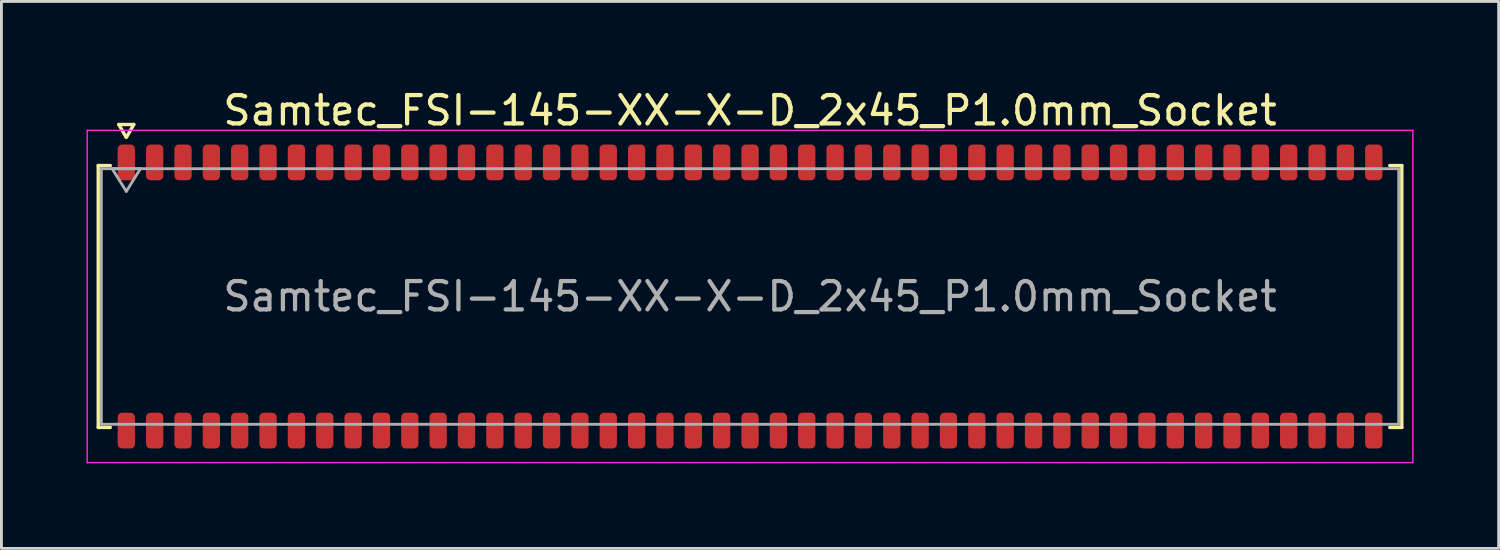
<source format=kicad_pcb>
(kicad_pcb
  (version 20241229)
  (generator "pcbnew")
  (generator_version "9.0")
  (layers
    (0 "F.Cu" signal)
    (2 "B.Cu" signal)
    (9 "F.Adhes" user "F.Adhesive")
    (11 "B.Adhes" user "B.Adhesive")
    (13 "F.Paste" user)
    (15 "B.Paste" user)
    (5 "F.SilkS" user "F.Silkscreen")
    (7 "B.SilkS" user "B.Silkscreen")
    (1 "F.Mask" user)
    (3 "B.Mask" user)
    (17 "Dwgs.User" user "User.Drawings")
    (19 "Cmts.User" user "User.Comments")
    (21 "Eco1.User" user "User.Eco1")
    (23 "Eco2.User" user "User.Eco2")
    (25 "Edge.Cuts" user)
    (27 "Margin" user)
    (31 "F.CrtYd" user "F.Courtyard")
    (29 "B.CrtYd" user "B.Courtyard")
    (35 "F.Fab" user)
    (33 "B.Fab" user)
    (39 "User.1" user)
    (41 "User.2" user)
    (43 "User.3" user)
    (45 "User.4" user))
  (footprint "Samtec_FSI-145-XX-X-D_2x45_P1.0mm_Socket"
    (layer "F.Cu")
    (at 23.405 7.408)
    (property "Reference" "Samtec_FSI-145-XX-X-D_2x45_P1.0mm_Socket" (at 0 -6.56 0) (layer "F.SilkS") (effects (font (size 1 1) (thickness 0.15))))
    (attr smd)
    (fp_line (start -22.99 -4.619) (end -22.565 -4.619) (stroke (width 0.12) (type solid)) (layer "F.SilkS"))
    (fp_line (start -22.99 4.619) (end -22.99 -4.619) (stroke (width 0.12) (type solid)) (layer "F.SilkS"))
    (fp_line (start -22.565 4.619) (end -22.99 4.619) (stroke (width 0.12) (type solid)) (layer "F.SilkS"))
    (fp_line (start -22.264 -6.066) (end -22.007 -5.62) (stroke (width 0.12) (type solid)) (layer "F.SilkS"))
    (fp_line (start -21.993 -5.62) (end -21.736 -6.066) (stroke (width 0.12) (type solid)) (layer "F.SilkS"))
    (fp_line (start -21.736 -6.066) (end -22.264 -6.066) (stroke (width 0.12) (type solid)) (layer "F.SilkS"))
    (fp_line (start 22.565 -4.619) (end 22.99 -4.619) (stroke (width 0.12) (type solid)) (layer "F.SilkS"))
    (fp_line (start 22.99 -4.619) (end 22.99 4.619) (stroke (width 0.12) (type solid)) (layer "F.SilkS"))
    (fp_line (start 22.99 4.619) (end 22.565 4.619) (stroke (width 0.12) (type solid)) (layer "F.SilkS"))
    (fp_line (start -23.38 -5.86) (end -23.38 5.86) (stroke (width 0.05) (type solid)) (layer "F.CrtYd"))
    (fp_line (start -23.38 5.86) (end 23.38 5.86) (stroke (width 0.05) (type solid)) (layer "F.CrtYd"))
    (fp_line (start 23.38 -5.86) (end -23.38 -5.86) (stroke (width 0.05) (type solid)) (layer "F.CrtYd"))
    (fp_line (start 23.38 5.86) (end 23.38 -5.86) (stroke (width 0.05) (type solid)) (layer "F.CrtYd"))
    (fp_line (start -22.88 -4.508) (end 22.88 -4.508) (stroke (width 0.1) (type solid)) (layer "F.Fab"))
    (fp_line (start -22.88 4.508) (end -22.88 -4.508) (stroke (width 0.1) (type solid)) (layer "F.Fab"))
    (fp_line (start -22.5 -4.508) (end -22 -3.708) (stroke (width 0.1) (type solid)) (layer "F.Fab"))
    (fp_line (start -22 -3.708) (end -21.5 -4.508) (stroke (width 0.1) (type solid)) (layer "F.Fab"))
    (fp_line (start -21.5 -4.508) (end -22.5 -4.508) (stroke (width 0.1) (type solid)) (layer "F.Fab"))
    (fp_line (start 22.88 -4.508) (end 22.88 4.508) (stroke (width 0.1) (type solid)) (layer "F.Fab"))
    (fp_line (start 22.88 4.508) (end -22.88 4.508) (stroke (width 0.1) (type solid)) (layer "F.Fab"))
    (fp_text user "${REFERENCE}" (at 0 0 0) (layer "F.Fab") (effects (font (size 1 1) (thickness 0.15))))
    (pad "1" smd roundrect (at -22 -4.73) (size 0.61 1.26) (layers "F.Cu" "F.Mask" "F.Paste") (roundrect_rratio 0.25))
    (pad "2" smd roundrect (at -22 4.73) (size 0.61 1.26) (layers "F.Cu" "F.Mask" "F.Paste") (roundrect_rratio 0.25))
    (pad "3" smd roundrect (at -21 -4.73) (size 0.61 1.26) (layers "F.Cu" "F.Mask" "F.Paste") (roundrect_rratio 0.25))
    (pad "4" smd roundrect (at -21 4.73) (size 0.61 1.26) (layers "F.Cu" "F.Mask" "F.Paste") (roundrect_rratio 0.25))
    (pad "5" smd roundrect (at -20 -4.73) (size 0.61 1.26) (layers "F.Cu" "F.Mask" "F.Paste") (roundrect_rratio 0.25))
    (pad "6" smd roundrect (at -20 4.73) (size 0.61 1.26) (layers "F.Cu" "F.Mask" "F.Paste") (roundrect_rratio 0.25))
    (pad "7" smd roundrect (at -19 -4.73) (size 0.61 1.26) (layers "F.Cu" "F.Mask" "F.Paste") (roundrect_rratio 0.25))
    (pad "8" smd roundrect (at -19 4.73) (size 0.61 1.26) (layers "F.Cu" "F.Mask" "F.Paste") (roundrect_rratio 0.25))
    (pad "9" smd roundrect (at -18 -4.73) (size 0.61 1.26) (layers "F.Cu" "F.Mask" "F.Paste") (roundrect_rratio 0.25))
    (pad "10" smd roundrect (at -18 4.73) (size 0.61 1.26) (layers "F.Cu" "F.Mask" "F.Paste") (roundrect_rratio 0.25))
    (pad "11" smd roundrect (at -17 -4.73) (size 0.61 1.26) (layers "F.Cu" "F.Mask" "F.Paste") (roundrect_rratio 0.25))
    (pad "12" smd roundrect (at -17 4.73) (size 0.61 1.26) (layers "F.Cu" "F.Mask" "F.Paste") (roundrect_rratio 0.25))
    (pad "13" smd roundrect (at -16 -4.73) (size 0.61 1.26) (layers "F.Cu" "F.Mask" "F.Paste") (roundrect_rratio 0.25))
    (pad "14" smd roundrect (at -16 4.73) (size 0.61 1.26) (layers "F.Cu" "F.Mask" "F.Paste") (roundrect_rratio 0.25))
    (pad "15" smd roundrect (at -15 -4.73) (size 0.61 1.26) (layers "F.Cu" "F.Mask" "F.Paste") (roundrect_rratio 0.25))
    (pad "16" smd roundrect (at -15 4.73) (size 0.61 1.26) (layers "F.Cu" "F.Mask" "F.Paste") (roundrect_rratio 0.25))
    (pad "17" smd roundrect (at -14 -4.73) (size 0.61 1.26) (layers "F.Cu" "F.Mask" "F.Paste") (roundrect_rratio 0.25))
    (pad "18" smd roundrect (at -14 4.73) (size 0.61 1.26) (layers "F.Cu" "F.Mask" "F.Paste") (roundrect_rratio 0.25))
    (pad "19" smd roundrect (at -13 -4.73) (size 0.61 1.26) (layers "F.Cu" "F.Mask" "F.Paste") (roundrect_rratio 0.25))
    (pad "20" smd roundrect (at -13 4.73) (size 0.61 1.26) (layers "F.Cu" "F.Mask" "F.Paste") (roundrect_rratio 0.25))
    (pad "21" smd roundrect (at -12 -4.73) (size 0.61 1.26) (layers "F.Cu" "F.Mask" "F.Paste") (roundrect_rratio 0.25))
    (pad "22" smd roundrect (at -12 4.73) (size 0.61 1.26) (layers "F.Cu" "F.Mask" "F.Paste") (roundrect_rratio 0.25))
    (pad "23" smd roundrect (at -11 -4.73) (size 0.61 1.26) (layers "F.Cu" "F.Mask" "F.Paste") (roundrect_rratio 0.25))
    (pad "24" smd roundrect (at -11 4.73) (size 0.61 1.26) (layers "F.Cu" "F.Mask" "F.Paste") (roundrect_rratio 0.25))
    (pad "25" smd roundrect (at -10 -4.73) (size 0.61 1.26) (layers "F.Cu" "F.Mask" "F.Paste") (roundrect_rratio 0.25))
    (pad "26" smd roundrect (at -10 4.73) (size 0.61 1.26) (layers "F.Cu" "F.Mask" "F.Paste") (roundrect_rratio 0.25))
    (pad "27" smd roundrect (at -9 -4.73) (size 0.61 1.26) (layers "F.Cu" "F.Mask" "F.Paste") (roundrect_rratio 0.25))
    (pad "28" smd roundrect (at -9 4.73) (size 0.61 1.26) (layers "F.Cu" "F.Mask" "F.Paste") (roundrect_rratio 0.25))
    (pad "29" smd roundrect (at -8 -4.73) (size 0.61 1.26) (layers "F.Cu" "F.Mask" "F.Paste") (roundrect_rratio 0.25))
    (pad "30" smd roundrect (at -8 4.73) (size 0.61 1.26) (layers "F.Cu" "F.Mask" "F.Paste") (roundrect_rratio 0.25))
    (pad "31" smd roundrect (at -7 -4.73) (size 0.61 1.26) (layers "F.Cu" "F.Mask" "F.Paste") (roundrect_rratio 0.25))
    (pad "32" smd roundrect (at -7 4.73) (size 0.61 1.26) (layers "F.Cu" "F.Mask" "F.Paste") (roundrect_rratio 0.25))
    (pad "33" smd roundrect (at -6 -4.73) (size 0.61 1.26) (layers "F.Cu" "F.Mask" "F.Paste") (roundrect_rratio 0.25))
    (pad "34" smd roundrect (at -6 4.73) (size 0.61 1.26) (layers "F.Cu" "F.Mask" "F.Paste") (roundrect_rratio 0.25))
    (pad "35" smd roundrect (at -5 -4.73) (size 0.61 1.26) (layers "F.Cu" "F.Mask" "F.Paste") (roundrect_rratio 0.25))
    (pad "36" smd roundrect (at -5 4.73) (size 0.61 1.26) (layers "F.Cu" "F.Mask" "F.Paste") (roundrect_rratio 0.25))
    (pad "37" smd roundrect (at -4 -4.73) (size 0.61 1.26) (layers "F.Cu" "F.Mask" "F.Paste") (roundrect_rratio 0.25))
    (pad "38" smd roundrect (at -4 4.73) (size 0.61 1.26) (layers "F.Cu" "F.Mask" "F.Paste") (roundrect_rratio 0.25))
    (pad "39" smd roundrect (at -3 -4.73) (size 0.61 1.26) (layers "F.Cu" "F.Mask" "F.Paste") (roundrect_rratio 0.25))
    (pad "40" smd roundrect (at -3 4.73) (size 0.61 1.26) (layers "F.Cu" "F.Mask" "F.Paste") (roundrect_rratio 0.25))
    (pad "41" smd roundrect (at -2 -4.73) (size 0.61 1.26) (layers "F.Cu" "F.Mask" "F.Paste") (roundrect_rratio 0.25))
    (pad "42" smd roundrect (at -2 4.73) (size 0.61 1.26) (layers "F.Cu" "F.Mask" "F.Paste") (roundrect_rratio 0.25))
    (pad "43" smd roundrect (at -1 -4.73) (size 0.61 1.26) (layers "F.Cu" "F.Mask" "F.Paste") (roundrect_rratio 0.25))
    (pad "44" smd roundrect (at -1 4.73) (size 0.61 1.26) (layers "F.Cu" "F.Mask" "F.Paste") (roundrect_rratio 0.25))
    (pad "45" smd roundrect (at 0 -4.73) (size 0.61 1.26) (layers "F.Cu" "F.Mask" "F.Paste") (roundrect_rratio 0.25))
    (pad "46" smd roundrect (at 0 4.73) (size 0.61 1.26) (layers "F.Cu" "F.Mask" "F.Paste") (roundrect_rratio 0.25))
    (pad "47" smd roundrect (at 1 -4.73) (size 0.61 1.26) (layers "F.Cu" "F.Mask" "F.Paste") (roundrect_rratio 0.25))
    (pad "48" smd roundrect (at 1 4.73) (size 0.61 1.26) (layers "F.Cu" "F.Mask" "F.Paste") (roundrect_rratio 0.25))
    (pad "49" smd roundrect (at 2 -4.73) (size 0.61 1.26) (layers "F.Cu" "F.Mask" "F.Paste") (roundrect_rratio 0.25))
    (pad "50" smd roundrect (at 2 4.73) (size 0.61 1.26) (layers "F.Cu" "F.Mask" "F.Paste") (roundrect_rratio 0.25))
    (pad "51" smd roundrect (at 3 -4.73) (size 0.61 1.26) (layers "F.Cu" "F.Mask" "F.Paste") (roundrect_rratio 0.25))
    (pad "52" smd roundrect (at 3 4.73) (size 0.61 1.26) (layers "F.Cu" "F.Mask" "F.Paste") (roundrect_rratio 0.25))
    (pad "53" smd roundrect (at 4 -4.73) (size 0.61 1.26) (layers "F.Cu" "F.Mask" "F.Paste") (roundrect_rratio 0.25))
    (pad "54" smd roundrect (at 4 4.73) (size 0.61 1.26) (layers "F.Cu" "F.Mask" "F.Paste") (roundrect_rratio 0.25))
    (pad "55" smd roundrect (at 5 -4.73) (size 0.61 1.26) (layers "F.Cu" "F.Mask" "F.Paste") (roundrect_rratio 0.25))
    (pad "56" smd roundrect (at 5 4.73) (size 0.61 1.26) (layers "F.Cu" "F.Mask" "F.Paste") (roundrect_rratio 0.25))
    (pad "57" smd roundrect (at 6 -4.73) (size 0.61 1.26) (layers "F.Cu" "F.Mask" "F.Paste") (roundrect_rratio 0.25))
    (pad "58" smd roundrect (at 6 4.73) (size 0.61 1.26) (layers "F.Cu" "F.Mask" "F.Paste") (roundrect_rratio 0.25))
    (pad "59" smd roundrect (at 7 -4.73) (size 0.61 1.26) (layers "F.Cu" "F.Mask" "F.Paste") (roundrect_rratio 0.25))
    (pad "60" smd roundrect (at 7 4.73) (size 0.61 1.26) (layers "F.Cu" "F.Mask" "F.Paste") (roundrect_rratio 0.25))
    (pad "61" smd roundrect (at 8 -4.73) (size 0.61 1.26) (layers "F.Cu" "F.Mask" "F.Paste") (roundrect_rratio 0.25))
    (pad "62" smd roundrect (at 8 4.73) (size 0.61 1.26) (layers "F.Cu" "F.Mask" "F.Paste") (roundrect_rratio 0.25))
    (pad "63" smd roundrect (at 9 -4.73) (size 0.61 1.26) (layers "F.Cu" "F.Mask" "F.Paste") (roundrect_rratio 0.25))
    (pad "64" smd roundrect (at 9 4.73) (size 0.61 1.26) (layers "F.Cu" "F.Mask" "F.Paste") (roundrect_rratio 0.25))
    (pad "65" smd roundrect (at 10 -4.73) (size 0.61 1.26) (layers "F.Cu" "F.Mask" "F.Paste") (roundrect_rratio 0.25))
    (pad "66" smd roundrect (at 10 4.73) (size 0.61 1.26) (layers "F.Cu" "F.Mask" "F.Paste") (roundrect_rratio 0.25))
    (pad "67" smd roundrect (at 11 -4.73) (size 0.61 1.26) (layers "F.Cu" "F.Mask" "F.Paste") (roundrect_rratio 0.25))
    (pad "68" smd roundrect (at 11 4.73) (size 0.61 1.26) (layers "F.Cu" "F.Mask" "F.Paste") (roundrect_rratio 0.25))
    (pad "69" smd roundrect (at 12 -4.73) (size 0.61 1.26) (layers "F.Cu" "F.Mask" "F.Paste") (roundrect_rratio 0.25))
    (pad "70" smd roundrect (at 12 4.73) (size 0.61 1.26) (layers "F.Cu" "F.Mask" "F.Paste") (roundrect_rratio 0.25))
    (pad "71" smd roundrect (at 13 -4.73) (size 0.61 1.26) (layers "F.Cu" "F.Mask" "F.Paste") (roundrect_rratio 0.25))
    (pad "72" smd roundrect (at 13 4.73) (size 0.61 1.26) (layers "F.Cu" "F.Mask" "F.Paste") (roundrect_rratio 0.25))
    (pad "73" smd roundrect (at 14 -4.73) (size 0.61 1.26) (layers "F.Cu" "F.Mask" "F.Paste") (roundrect_rratio 0.25))
    (pad "74" smd roundrect (at 14 4.73) (size 0.61 1.26) (layers "F.Cu" "F.Mask" "F.Paste") (roundrect_rratio 0.25))
    (pad "75" smd roundrect (at 15 -4.73) (size 0.61 1.26) (layers "F.Cu" "F.Mask" "F.Paste") (roundrect_rratio 0.25))
    (pad "76" smd roundrect (at 15 4.73) (size 0.61 1.26) (layers "F.Cu" "F.Mask" "F.Paste") (roundrect_rratio 0.25))
    (pad "77" smd roundrect (at 16 -4.73) (size 0.61 1.26) (layers "F.Cu" "F.Mask" "F.Paste") (roundrect_rratio 0.25))
    (pad "78" smd roundrect (at 16 4.73) (size 0.61 1.26) (layers "F.Cu" "F.Mask" "F.Paste") (roundrect_rratio 0.25))
    (pad "79" smd roundrect (at 17 -4.73) (size 0.61 1.26) (layers "F.Cu" "F.Mask" "F.Paste") (roundrect_rratio 0.25))
    (pad "80" smd roundrect (at 17 4.73) (size 0.61 1.26) (layers "F.Cu" "F.Mask" "F.Paste") (roundrect_rratio 0.25))
    (pad "81" smd roundrect (at 18 -4.73) (size 0.61 1.26) (layers "F.Cu" "F.Mask" "F.Paste") (roundrect_rratio 0.25))
    (pad "82" smd roundrect (at 18 4.73) (size 0.61 1.26) (layers "F.Cu" "F.Mask" "F.Paste") (roundrect_rratio 0.25))
    (pad "83" smd roundrect (at 19 -4.73) (size 0.61 1.26) (layers "F.Cu" "F.Mask" "F.Paste") (roundrect_rratio 0.25))
    (pad "84" smd roundrect (at 19 4.73) (size 0.61 1.26) (layers "F.Cu" "F.Mask" "F.Paste") (roundrect_rratio 0.25))
    (pad "85" smd roundrect (at 20 -4.73) (size 0.61 1.26) (layers "F.Cu" "F.Mask" "F.Paste") (roundrect_rratio 0.25))
    (pad "86" smd roundrect (at 20 4.73) (size 0.61 1.26) (layers "F.Cu" "F.Mask" "F.Paste") (roundrect_rratio 0.25))
    (pad "87" smd roundrect (at 21 -4.73) (size 0.61 1.26) (layers "F.Cu" "F.Mask" "F.Paste") (roundrect_rratio 0.25))
    (pad "88" smd roundrect (at 21 4.73) (size 0.61 1.26) (layers "F.Cu" "F.Mask" "F.Paste") (roundrect_rratio 0.25))
    (pad "89" smd roundrect (at 22 -4.73) (size 0.61 1.26) (layers "F.Cu" "F.Mask" "F.Paste") (roundrect_rratio 0.25))
    (pad "90" smd roundrect (at 22 4.73) (size 0.61 1.26) (layers "F.Cu" "F.Mask" "F.Paste") (roundrect_rratio 0.25)))
  (gr_rect
    (start -3 -3)
    (end 49.81 16.293)
    (stroke (width 0.1) (type default))
    (fill no)
    (layer "Edge.Cuts")))
</source>
